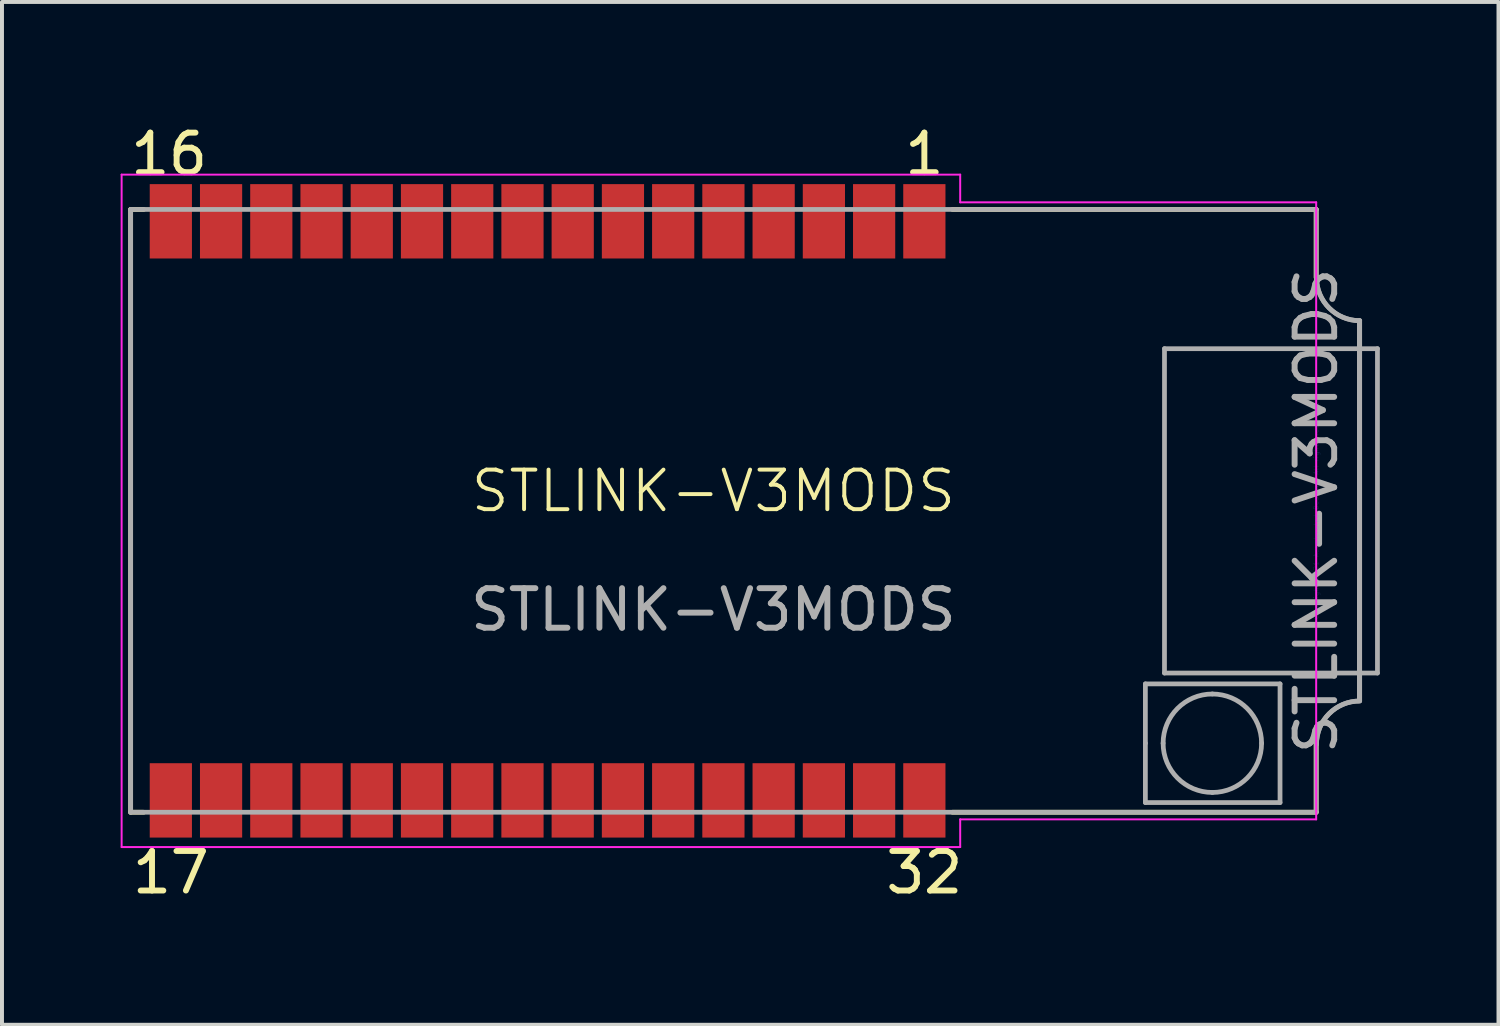
<source format=kicad_pcb>
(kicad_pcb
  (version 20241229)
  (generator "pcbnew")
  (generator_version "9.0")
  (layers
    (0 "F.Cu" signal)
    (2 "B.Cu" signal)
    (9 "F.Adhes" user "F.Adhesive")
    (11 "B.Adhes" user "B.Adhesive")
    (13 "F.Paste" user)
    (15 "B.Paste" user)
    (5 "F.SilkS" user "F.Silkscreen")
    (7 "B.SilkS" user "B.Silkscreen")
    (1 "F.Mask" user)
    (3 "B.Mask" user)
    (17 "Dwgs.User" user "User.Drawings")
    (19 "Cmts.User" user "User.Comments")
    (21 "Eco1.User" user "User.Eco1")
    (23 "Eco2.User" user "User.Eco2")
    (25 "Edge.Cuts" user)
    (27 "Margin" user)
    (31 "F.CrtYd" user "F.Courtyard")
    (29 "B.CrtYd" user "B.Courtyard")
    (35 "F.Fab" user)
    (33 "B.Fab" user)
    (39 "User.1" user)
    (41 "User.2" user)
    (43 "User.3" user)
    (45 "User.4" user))
  (footprint "STLINK-V3MODS"
    (layer "F.Cu")
    (at 14.985 9.865)
    (property "Reference" "STLINK-V3MODS" (at 0 -0.5 0) (unlocked yes) (layer "F.SilkS") (effects (font (size 1 1) (thickness 0.1))))
    (attr smd)
    (fp_line (start -14.732 -7.62) (end -14.732 7.62) (stroke (width 0.12) (type solid)) (layer "F.SilkS"))
    (fp_line (start -14.732 -7.62) (end -14.402 -7.62) (stroke (width 0.12) (type solid)) (layer "F.SilkS"))
    (fp_line (start -14.732 7.62) (end -14.402 7.62) (stroke (width 0.12) (type solid)) (layer "F.SilkS"))
    (fp_line (start 6.045 -7.62) (end 15.24 -7.62) (stroke (width 0.12) (type solid)) (layer "F.SilkS"))
    (fp_line (start 6.045 7.62) (end 15.24 7.62) (stroke (width 0.12) (type solid)) (layer "F.SilkS"))
    (fp_line (start 15.24 -7.62) (end 15.24 -5.9) (stroke (width 0.12) (type solid)) (layer "F.SilkS"))
    (fp_line (start 15.24 5.9) (end 15.24 7.62) (stroke (width 0.12) (type solid)) (layer "F.SilkS"))
    (fp_line (start -14.96 -8.5) (end -14.96 8.5) (stroke (width 0.05) (type solid)) (layer "F.CrtYd"))
    (fp_line (start -14.96 8.5) (end 6.24 8.5) (stroke (width 0.05) (type solid)) (layer "F.CrtYd"))
    (fp_line (start 6.24 -8.5) (end -14.96 -8.5) (stroke (width 0.05) (type solid)) (layer "F.CrtYd"))
    (fp_line (start 6.24 -7.8) (end 6.24 -8.5) (stroke (width 0.05) (type solid)) (layer "F.CrtYd"))
    (fp_line (start 6.24 7.8) (end 15.24 7.8) (stroke (width 0.05) (type solid)) (layer "F.CrtYd"))
    (fp_line (start 6.24 8.5) (end 6.24 7.8) (stroke (width 0.05) (type solid)) (layer "F.CrtYd"))
    (fp_line (start 15.24 -7.8) (end 6.24 -7.8) (stroke (width 0.05) (type solid)) (layer "F.CrtYd"))
    (fp_line (start 15.24 7.8) (end 15.24 -7.8) (stroke (width 0.05) (type solid)) (layer "F.CrtYd"))
    (fp_line (start -14.732 -7.62) (end -14.732 7.62) (stroke (width 0.12) (type solid)) (layer "F.Fab"))
    (fp_line (start -14.732 -7.62) (end 15.24 -7.62) (stroke (width 0.12) (type solid)) (layer "F.Fab"))
    (fp_line (start 10.922 4.375) (end 14.326 4.375) (stroke (width 0.12) (type solid)) (layer "F.Fab"))
    (fp_line (start 10.922 5.875) (end 10.922 4.375) (stroke (width 0.12) (type solid)) (layer "F.Fab"))
    (fp_line (start 10.922 7.375) (end 10.922 5.875) (stroke (width 0.12) (type solid)) (layer "F.Fab"))
    (fp_line (start 11.405 -4.1) (end 16.789 -4.1) (stroke (width 0.12) (type solid)) (layer "F.Fab"))
    (fp_line (start 11.405 4.1) (end 11.405 -4.1) (stroke (width 0.12) (type solid)) (layer "F.Fab"))
    (fp_line (start 14.326 4.375) (end 14.326 7.375) (stroke (width 0.12) (type solid)) (layer "F.Fab"))
    (fp_line (start 14.326 7.375) (end 10.922 7.375) (stroke (width 0.12) (type solid)) (layer "F.Fab"))
    (fp_line (start 15.24 -7.62) (end 15.24 -5.9) (stroke (width 0.12) (type solid)) (layer "F.Fab"))
    (fp_line (start 15.24 5.9) (end 15.24 7.62) (stroke (width 0.12) (type solid)) (layer "F.Fab"))
    (fp_line (start 15.24 7.62) (end -14.732 7.62) (stroke (width 0.12) (type solid)) (layer "F.Fab"))
    (fp_line (start 16.332 -4.8) (end 16.332 4.8) (stroke (width 0.12) (type solid)) (layer "F.Fab"))
    (fp_line (start 16.34 -4.808) (end 16.34 4.792) (stroke (width 0.12) (type solid)) (layer "F.Fab"))
    (fp_line (start 16.789 -4.1) (end 16.789 4.1) (stroke (width 0.12) (type solid)) (layer "F.Fab"))
    (fp_line (start 16.789 4.1) (end 11.405 4.1) (stroke (width 0.12) (type solid)) (layer "F.Fab"))
    (fp_arc (start 11.370432 5.87502) (mid 11.734869 4.994902) (end 12.61491 4.630288) (stroke (width 0.12) (type solid)) (layer "F.Fab"))
    (fp_arc (start 12.61491 4.630286) (mid 13.49494 4.994916) (end 13.85939 5.875019) (stroke (width 0.12) (type solid)) (layer "F.Fab"))
    (fp_arc (start 12.61491 7.119622) (mid 11.734843 6.755087) (end 11.370308 5.87502) (stroke (width 0.12) (type solid)) (layer "F.Fab"))
    (fp_arc (start 13.859513 5.87502) (mid 13.494977 6.755088) (end 12.614909 7.119623) (stroke (width 0.12) (type solid)) (layer "F.Fab"))
    (fp_arc (start 15.247874 5.899912) (mid 15.567759 5.127597) (end 16.340074 4.807712) (stroke (width 0.12) (type solid)) (layer "F.Fab"))
    (fp_arc (start 15.247874 5.899912) (mid 15.567774 5.127613) (end 16.340074 4.807712) (stroke (width 0.12) (type solid)) (layer "F.Fab"))
    (fp_arc (start 16.340074 -4.807712) (mid 15.567772 -5.12761) (end 15.247874 -5.899912) (stroke (width 0.12) (type solid)) (layer "F.Fab"))
    (fp_arc (start 16.340074 -4.807712) (mid 15.567774 -5.127612) (end 15.247874 -5.899912) (stroke (width 0.12) (type solid)) (layer "F.Fab"))
    (fp_text user "17" (at -13.716 9.144 0) (layer "F.SilkS") (effects (font (size 1 1) (thickness 0.15))))
    (fp_text user "1" (at 5.334 -9.017 0) (layer "F.SilkS") (effects (font (size 1 1) (thickness 0.15))))
    (fp_text user "32" (at 5.334 9.144 0) (layer "F.SilkS") (effects (font (size 1 1) (thickness 0.15))))
    (fp_text user "16" (at -13.76 -9.017 0) (layer "F.SilkS") (effects (font (size 1 1) (thickness 0.15))))
    (fp_text user "Copyright 2021 Accelerated Designs. All rights reserved." (at 15.24 0 90) (layer "Cmts.User") (effects (font (size 0.127 0.127) (thickness 0.002))))
    (fp_text user "${REFERENCE}" (at 15.24 0 90) (layer "F.Fab") (effects (font (size 1 1) (thickness 0.15))))
    (fp_text user "${REFERENCE}" (at 0 2.5 0) (unlocked yes) (layer "F.Fab") (effects (font (size 1 1) (thickness 0.15))))
    (pad "1" smd rect (at 5.334 -7.32 270) (size 1.88 1.067) (layers "F.Cu" "F.Mask" "F.Paste"))
    (pad "2" smd rect (at 4.064 -7.32 270) (size 1.88 1.067) (layers "F.Cu" "F.Mask" "F.Paste"))
    (pad "3" smd rect (at 2.794 -7.32 270) (size 1.88 1.067) (layers "F.Cu" "F.Mask" "F.Paste"))
    (pad "4" smd rect (at 1.524 -7.32 270) (size 1.88 1.067) (layers "F.Cu" "F.Mask" "F.Paste"))
    (pad "5" smd rect (at 0.254 -7.32 270) (size 1.88 1.067) (layers "F.Cu" "F.Mask" "F.Paste"))
    (pad "6" smd rect (at -1.016 -7.32 270) (size 1.88 1.067) (layers "F.Cu" "F.Mask" "F.Paste"))
    (pad "7" smd rect (at -2.286 -7.32 270) (size 1.88 1.067) (layers "F.Cu" "F.Mask" "F.Paste"))
    (pad "8" smd rect (at -3.556 -7.32 270) (size 1.88 1.067) (layers "F.Cu" "F.Mask" "F.Paste"))
    (pad "9" smd rect (at -4.826 -7.32 270) (size 1.88 1.067) (layers "F.Cu" "F.Mask" "F.Paste"))
    (pad "10" smd rect (at -6.096 -7.32 270) (size 1.88 1.067) (layers "F.Cu" "F.Mask" "F.Paste"))
    (pad "11" smd rect (at -7.366 -7.32 270) (size 1.88 1.067) (layers "F.Cu" "F.Mask" "F.Paste"))
    (pad "12" smd rect (at -8.636 -7.32 270) (size 1.88 1.067) (layers "F.Cu" "F.Mask" "F.Paste"))
    (pad "13" smd rect (at -9.906 -7.32 270) (size 1.88 1.067) (layers "F.Cu" "F.Mask" "F.Paste"))
    (pad "14" smd rect (at -11.176 -7.32 270) (size 1.88 1.067) (layers "F.Cu" "F.Mask" "F.Paste"))
    (pad "15" smd rect (at -12.446 -7.32 270) (size 1.88 1.067) (layers "F.Cu" "F.Mask" "F.Paste"))
    (pad "16" smd rect (at -13.716 -7.32 270) (size 1.88 1.067) (layers "F.Cu" "F.Mask" "F.Paste"))
    (pad "17" smd rect (at -13.716 7.32 270) (size 1.88 1.067) (layers "F.Cu" "F.Mask" "F.Paste"))
    (pad "18" smd rect (at -12.446 7.32 270) (size 1.88 1.067) (layers "F.Cu" "F.Mask" "F.Paste"))
    (pad "19" smd rect (at -11.176 7.32 270) (size 1.88 1.067) (layers "F.Cu" "F.Mask" "F.Paste"))
    (pad "20" smd rect (at -9.906 7.32 270) (size 1.88 1.067) (layers "F.Cu" "F.Mask" "F.Paste"))
    (pad "21" smd rect (at -8.636 7.32 270) (size 1.88 1.067) (layers "F.Cu" "F.Mask" "F.Paste"))
    (pad "22" smd rect (at -7.366 7.32 270) (size 1.88 1.067) (layers "F.Cu" "F.Mask" "F.Paste"))
    (pad "23" smd rect (at -6.096 7.32 270) (size 1.88 1.067) (layers "F.Cu" "F.Mask" "F.Paste"))
    (pad "24" smd rect (at -4.826 7.32 270) (size 1.88 1.067) (layers "F.Cu" "F.Mask" "F.Paste"))
    (pad "25" smd rect (at -3.556 7.32 270) (size 1.88 1.067) (layers "F.Cu" "F.Mask" "F.Paste"))
    (pad "26" smd rect (at -2.286 7.32 270) (size 1.88 1.067) (layers "F.Cu" "F.Mask" "F.Paste"))
    (pad "27" smd rect (at -1.016 7.32 270) (size 1.88 1.067) (layers "F.Cu" "F.Mask" "F.Paste"))
    (pad "28" smd rect (at 0.254 7.32 270) (size 1.88 1.067) (layers "F.Cu" "F.Mask" "F.Paste"))
    (pad "29" smd rect (at 1.524 7.32 270) (size 1.88 1.067) (layers "F.Cu" "F.Mask" "F.Paste"))
    (pad "30" smd rect (at 2.794 7.32 270) (size 1.88 1.067) (layers "F.Cu" "F.Mask" "F.Paste"))
    (pad "31" smd rect (at 4.064 7.32 270) (size 1.88 1.067) (layers "F.Cu" "F.Mask" "F.Paste"))
    (pad "32" smd rect (at 5.334 7.32 270) (size 1.88 1.067) (layers "F.Cu" "F.Mask" "F.Paste"))
    (zone (net_name "") (layers "F.Cu" "F.CrtYd") (hatch edge 0.5) (connect_pads) (min_thickness 0.25) (filled_areas_thickness no) (keepout (tracks not_allowed) (vias not_allowed) (pads not_allowed) (copperpour not_allowed) (footprints allowed)) (placement (enabled no)) (fill) (polygon (pts (xy 30.225 2.372) (xy 21.005 2.372) (xy 21.005 3.769) (xy 0.278 3.769) (xy 0.278 15.961) (xy 21.056 15.961) (xy 21.056 17.358) (xy 30.225 17.358)))))
  (gr_rect
    (start -3 -3)
    (end 34.834 22.858)
    (stroke (width 0.1) (type default))
    (fill no)
    (layer "Edge.Cuts")))
</source>
